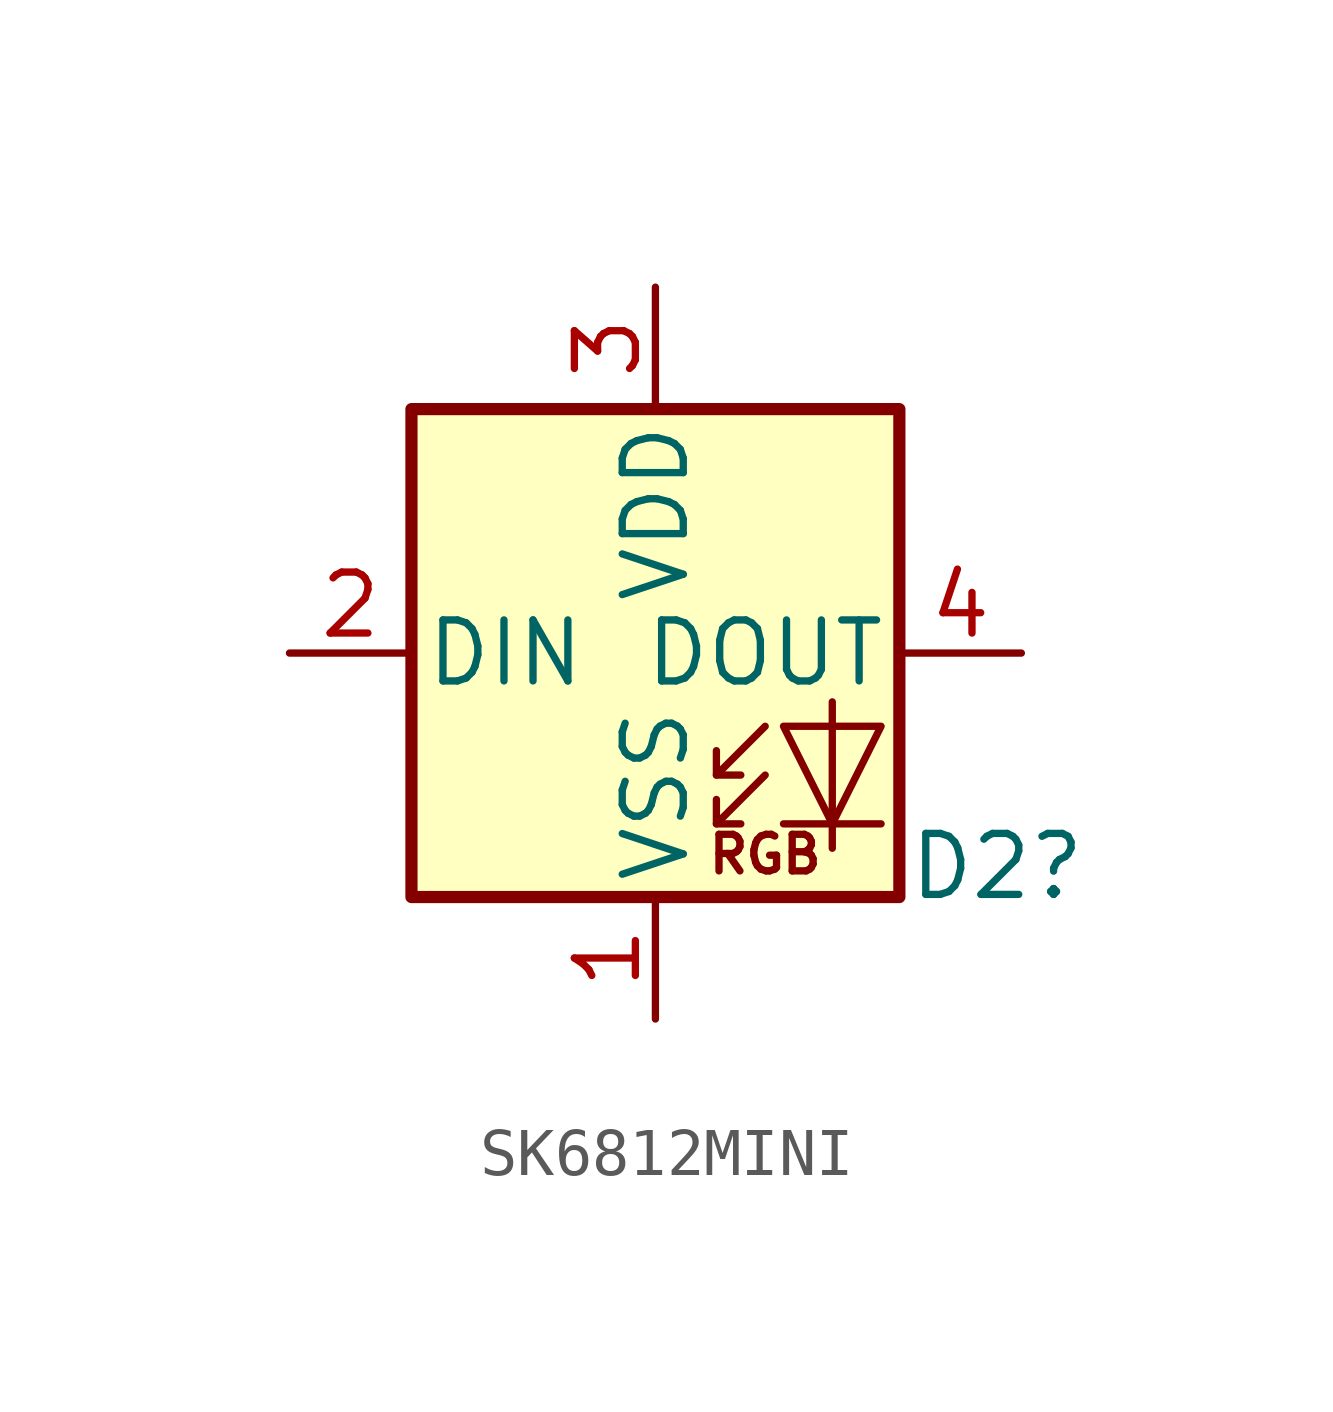
<source format=kicad_sym>
(kicad_symbol_lib
  (version 20241209)
  (generator "kicad_symbol_editor")
  (generator_version "9.0")
  (symbol "SK6812MINI"
    (pin_names
      (offset 0.254))
    (property "Reference" "D2"
      (at 7.112 -4.445 0)
      (effects (font (size 1.27 1.27))))
    (property "Description" ""
      (at 0 0 0)
      (effects (font (size 1.27 1.27))))
    (symbol "SK6812MINI_0_0"
      (text "RGB" (at 2.286 -4.191 0) (effects (font (size 0.762 0.762)))))
    (symbol "SK6812MINI_0_1"
      (polyline (pts (xy 1.27 -2.54) (xy 1.778 -2.54)) (stroke (width 0) (type default)) (fill (type none)))
      (polyline (pts (xy 1.27 -3.556) (xy 1.778 -3.556)) (stroke (width 0) (type default)) (fill (type none)))
      (polyline (pts (xy 2.286 -1.524) (xy 1.27 -2.54) (xy 1.27 -2.032)) (stroke (width 0) (type default)) (fill (type none)))
      (polyline (pts (xy 2.286 -2.54) (xy 1.27 -3.556) (xy 1.27 -3.048)) (stroke (width 0) (type default)) (fill (type none)))
      (polyline (pts (xy 3.683 -1.016) (xy 3.683 -3.556) (xy 3.683 -4.064)) (stroke (width 0) (type default)) (fill (type none)))
      (polyline (pts (xy 4.699 -1.524) (xy 2.667 -1.524) (xy 3.683 -3.556) (xy 4.699 -1.524)) (stroke (width 0) (type default)) (fill (type none)))
      (polyline (pts (xy 4.699 -3.556) (xy 2.667 -3.556)) (stroke (width 0) (type default)) (fill (type none)))
      (rectangle (start 5.08 5.08) (end -5.08 -5.08) (stroke (width 0.254) (type default)) (fill (type background))))
    (symbol "SK6812MINI_1_1"
      (pin input line (at -7.62 0 0) (length 2.54) (name "DIN" (effects (font (size 1.27 1.27)))) (number "2" (effects (font (size 1.27 1.27)))))
      (pin power_in line (at 0 7.62 270) (length 2.54) (name "VDD" (effects (font (size 1.27 1.27)))) (number "3" (effects (font (size 1.27 1.27)))))
      (pin power_in line (at 0 -7.62 90) (length 2.54) (name "VSS" (effects (font (size 1.27 1.27)))) (number "1" (effects (font (size 1.27 1.27)))))
      (pin output line (at 7.62 0 180) (length 2.54) (name "DOUT" (effects (font (size 1.27 1.27)))) (number "4" (effects (font (size 1.27 1.27))))))))
</source>
